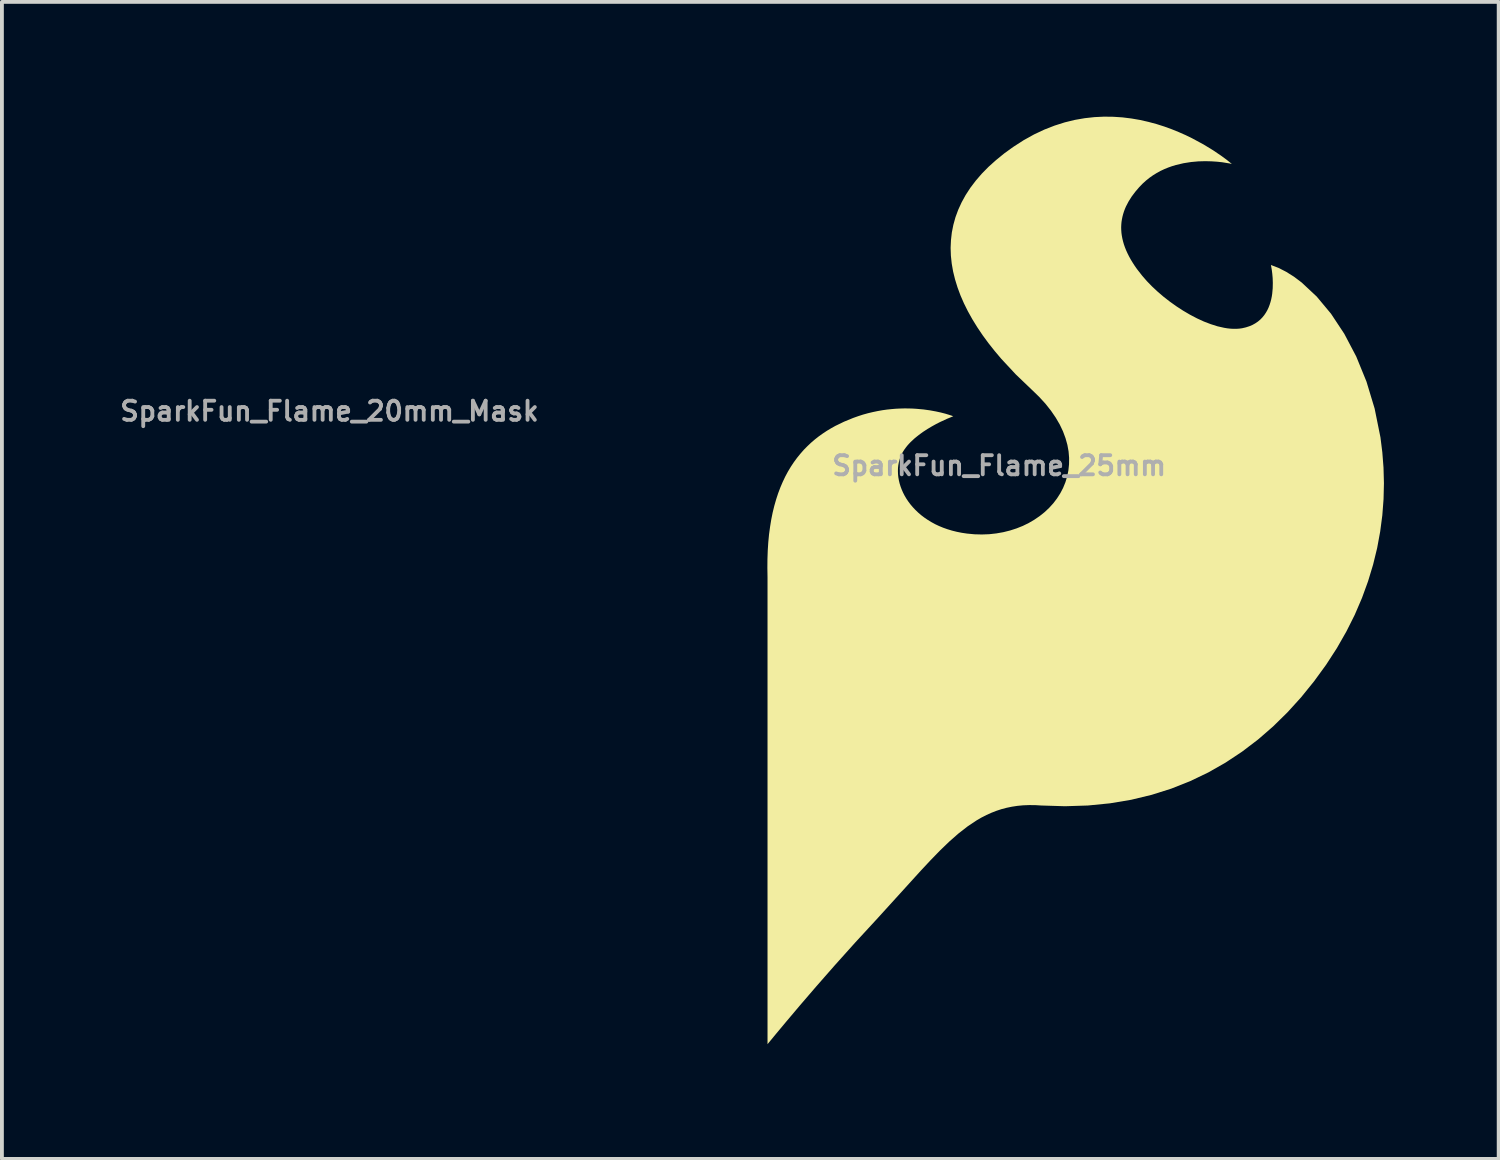
<source format=kicad_pcb>
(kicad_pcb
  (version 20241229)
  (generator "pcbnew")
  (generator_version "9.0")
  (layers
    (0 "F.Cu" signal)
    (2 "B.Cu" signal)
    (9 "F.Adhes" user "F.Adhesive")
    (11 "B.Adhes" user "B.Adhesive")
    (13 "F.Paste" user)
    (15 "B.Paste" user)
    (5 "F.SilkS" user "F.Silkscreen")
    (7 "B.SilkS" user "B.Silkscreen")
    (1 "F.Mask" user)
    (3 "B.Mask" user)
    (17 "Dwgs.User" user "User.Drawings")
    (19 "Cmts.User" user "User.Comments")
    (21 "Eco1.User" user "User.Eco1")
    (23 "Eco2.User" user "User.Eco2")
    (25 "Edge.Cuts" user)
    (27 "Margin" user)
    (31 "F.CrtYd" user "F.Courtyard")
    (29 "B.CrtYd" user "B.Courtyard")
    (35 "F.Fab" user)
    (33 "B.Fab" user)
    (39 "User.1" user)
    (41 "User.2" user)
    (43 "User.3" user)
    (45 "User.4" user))
  (footprint "SparkFun_Flame_25mm"
    (layer "F.Cu")
    (at 25.073 13.125)
    (property "Reference" "SparkFun_Flame_25mm" (at -2 -4 0) (layer "F.Fab") (effects (font (size 0.5 0.5) (thickness 0.1))))
    (attr board_only exclude_from_pos_files exclude_from_bom)
    (fp_poly (pts (xy 0.986 -13.122) (xy 1.225 -13.106) (xy 1.458 -13.077) (xy 1.685 -13.038) (xy 1.904 -12.988) (xy 2.116 -12.931) (xy 2.32 -12.866) (xy 2.515 -12.795) (xy 2.701 -12.719) (xy 2.878 -12.641) (xy 3.044 -12.56) (xy 3.346 -12.397) (xy 3.601 -12.241) (xy 3.806 -12.102) (xy 3.958 -11.99) (xy 4.084 -11.888) (xy 4.016 -11.903) (xy 3.831 -11.933) (xy 3.702 -11.947) (xy 3.553 -11.957) (xy 3.388 -11.961) (xy 3.208 -11.956) (xy 3.019 -11.939) (xy 2.822 -11.908) (xy 2.62 -11.861) (xy 2.519 -11.83) (xy 2.418 -11.794) (xy 2.318 -11.753) (xy 2.218 -11.706) (xy 2.12 -11.652) (xy 2.024 -11.593) (xy 1.929 -11.526) (xy 1.838 -11.453) (xy 1.749 -11.372) (xy 1.663 -11.283) (xy 1.558 -11.16) (xy 1.464 -11.035) (xy 1.384 -10.908) (xy 1.316 -10.778) (xy 1.288 -10.713) (xy 1.263 -10.646) (xy 1.242 -10.579) (xy 1.224 -10.511) (xy 1.21 -10.442) (xy 1.199 -10.373) (xy 1.193 -10.303) (xy 1.19 -10.232) (xy 1.192 -10.16) (xy 1.197 -10.087) (xy 1.207 -10.014) (xy 1.221 -9.939) (xy 1.239 -9.864) (xy 1.261 -9.787) (xy 1.288 -9.71) (xy 1.319 -9.632) (xy 1.355 -9.553) (xy 1.395 -9.473) (xy 1.44 -9.391) (xy 1.49 -9.309) (xy 1.544 -9.225) (xy 1.603 -9.141) (xy 1.737 -8.969) (xy 1.86 -8.827) (xy 1.996 -8.687) (xy 2.143 -8.55) (xy 2.299 -8.416) (xy 2.464 -8.288) (xy 2.635 -8.166) (xy 2.811 -8.052) (xy 2.99 -7.947) (xy 3.171 -7.852) (xy 3.352 -7.769) (xy 3.532 -7.7) (xy 3.708 -7.644) (xy 3.88 -7.605) (xy 3.964 -7.591) (xy 4.045 -7.582) (xy 4.125 -7.578) (xy 4.203 -7.578) (xy 4.279 -7.583) (xy 4.351 -7.593) (xy 4.45 -7.616) (xy 4.54 -7.645) (xy 4.623 -7.68) (xy 4.698 -7.722) (xy 4.767 -7.769) (xy 4.828 -7.82) (xy 4.883 -7.877) (xy 4.931 -7.936) (xy 4.974 -8) (xy 5.012 -8.066) (xy 5.044 -8.134) (xy 5.071 -8.205) (xy 5.094 -8.277) (xy 5.113 -8.349) (xy 5.128 -8.423) (xy 5.139 -8.496) (xy 5.152 -8.639) (xy 5.155 -8.777) (xy 5.151 -8.904) (xy 5.141 -9.017) (xy 5.129 -9.112) (xy 5.117 -9.184) (xy 5.105 -9.247) (xy 5.306 -9.17) (xy 5.507 -9.067) (xy 5.709 -8.94) (xy 5.909 -8.789) (xy 6.302 -8.422) (xy 6.677 -7.972) (xy 7.024 -7.447) (xy 7.336 -6.854) (xy 7.603 -6.2) (xy 7.817 -5.493) (xy 7.969 -4.74) (xy 8.018 -4.348) (xy 8.049 -3.948) (xy 8.06 -3.54) (xy 8.05 -3.125) (xy 8.018 -2.704) (xy 7.962 -2.278) (xy 7.883 -1.848) (xy 7.777 -1.414) (xy 7.645 -0.978) (xy 7.486 -0.541) (xy 7.298 -0.103) (xy 7.079 0.334) (xy 6.83 0.77) (xy 6.549 1.204) (xy 6.23 1.642) (xy 5.893 2.058) (xy 5.536 2.451) (xy 5.161 2.819) (xy 4.767 3.161) (xy 4.353 3.476) (xy 3.92 3.763) (xy 3.467 4.021) (xy 2.994 4.248) (xy 2.5 4.444) (xy 1.987 4.606) (xy 1.452 4.735) (xy 0.897 4.828) (xy 0.32 4.885) (xy -0.278 4.904) (xy -0.897 4.885) (xy -1.061 4.875) (xy -1.219 4.874) (xy -1.373 4.88) (xy -1.521 4.894) (xy -1.665 4.916) (xy -1.806 4.945) (xy -1.942 4.981) (xy -2.075 5.025) (xy -2.205 5.076) (xy -2.333 5.134) (xy -2.459 5.198) (xy -2.582 5.269) (xy -2.825 5.431) (xy -3.064 5.617) (xy -3.303 5.827) (xy -3.544 6.059) (xy -3.79 6.312) (xy -4.045 6.585) (xy -5.197 7.853) (xy -5.763 8.467) (xy -6.295 9.06) (xy -6.78 9.613) (xy -7.205 10.107) (xy -7.558 10.525) (xy -7.826 10.846) (xy -8.056 11.125) (xy -8.056 -1.085) (xy -8.06 -1.327) (xy -8.058 -1.56) (xy -8.05 -1.784) (xy -8.036 -1.999) (xy -8.016 -2.206) (xy -7.989 -2.405) (xy -7.958 -2.595) (xy -7.921 -2.778) (xy -7.878 -2.953) (xy -7.83 -3.12) (xy -7.778 -3.279) (xy -7.72 -3.432) (xy -7.658 -3.577) (xy -7.592 -3.716) (xy -7.521 -3.848) (xy -7.446 -3.973) (xy -7.367 -4.092) (xy -7.284 -4.205) (xy -7.197 -4.312) (xy -7.108 -4.414) (xy -7.014 -4.509) (xy -6.918 -4.6) (xy -6.819 -4.685) (xy -6.717 -4.765) (xy -6.612 -4.84) (xy -6.505 -4.911) (xy -6.395 -4.977) (xy -6.284 -5.039) (xy -6.055 -5.15) (xy -5.819 -5.247) (xy -5.687 -5.294) (xy -5.557 -5.336) (xy -5.427 -5.372) (xy -5.3 -5.402) (xy -5.175 -5.428) (xy -5.052 -5.45) (xy -4.931 -5.467) (xy -4.813 -5.479) (xy -4.697 -5.489) (xy -4.584 -5.494) (xy -4.475 -5.497) (xy -4.368 -5.496) (xy -4.265 -5.493) (xy -4.166 -5.487) (xy -3.978 -5.47) (xy -3.808 -5.446) (xy -3.655 -5.418) (xy -3.522 -5.389) (xy -3.41 -5.36) (xy -3.32 -5.333) (xy -3.254 -5.312) (xy -3.2 -5.292) (xy -3.368 -5.223) (xy -3.547 -5.14) (xy -3.651 -5.087) (xy -3.761 -5.026) (xy -3.875 -4.958) (xy -3.989 -4.884) (xy -4.102 -4.802) (xy -4.211 -4.714) (xy -4.313 -4.619) (xy -4.36 -4.57) (xy -4.405 -4.519) (xy -4.446 -4.466) (xy -4.485 -4.412) (xy -4.519 -4.357) (xy -4.55 -4.3) (xy -4.58 -4.231) (xy -4.604 -4.16) (xy -4.623 -4.087) (xy -4.637 -4.011) (xy -4.645 -3.935) (xy -4.647 -3.857) (xy -4.644 -3.778) (xy -4.636 -3.698) (xy -4.622 -3.617) (xy -4.603 -3.537) (xy -4.578 -3.456) (xy -4.548 -3.376) (xy -4.513 -3.296) (xy -4.472 -3.216) (xy -4.426 -3.138) (xy -4.375 -3.062) (xy -4.318 -2.986) (xy -4.256 -2.913) (xy -4.189 -2.842) (xy -4.117 -2.773) (xy -4.039 -2.706) (xy -3.956 -2.643) (xy -3.868 -2.583) (xy -3.775 -2.526) (xy -3.677 -2.472) (xy -3.573 -2.423) (xy -3.464 -2.378) (xy -3.351 -2.338) (xy -3.232 -2.302) (xy -3.108 -2.271) (xy -2.978 -2.245) (xy -2.844 -2.225) (xy -2.646 -2.206) (xy -2.451 -2.201) (xy -2.26 -2.208) (xy -2.073 -2.229) (xy -1.891 -2.261) (xy -1.715 -2.305) (xy -1.545 -2.36) (xy -1.382 -2.425) (xy -1.227 -2.501) (xy -1.08 -2.587) (xy -0.941 -2.682) (xy -0.812 -2.785) (xy -0.693 -2.897) (xy -0.584 -3.017) (xy -0.487 -3.144) (xy -0.401 -3.279) (xy -0.328 -3.419) (xy -0.268 -3.566) (xy -0.222 -3.718) (xy -0.19 -3.875) (xy -0.173 -4.036) (xy -0.171 -4.202) (xy -0.185 -4.372) (xy -0.216 -4.544) (xy -0.265 -4.719) (xy -0.331 -4.897) (xy -0.416 -5.076) (xy -0.521 -5.256) (xy -0.645 -5.437) (xy -0.789 -5.619) (xy -0.955 -5.8) (xy -1.142 -5.981) (xy -1.562 -6.383) (xy -1.942 -6.791) (xy -2.116 -6.997) (xy -2.28 -7.204) (xy -2.432 -7.411) (xy -2.572 -7.619) (xy -2.701 -7.828) (xy -2.817 -8.036) (xy -2.921 -8.245) (xy -3.012 -8.454) (xy -3.089 -8.662) (xy -3.153 -8.87) (xy -3.204 -9.077) (xy -3.24 -9.284) (xy -3.262 -9.489) (xy -3.269 -9.694) (xy -3.26 -9.896) (xy -3.237 -10.098) (xy -3.197 -10.298) (xy -3.142 -10.496) (xy -3.07 -10.691) (xy -2.981 -10.885) (xy -2.876 -11.076) (xy -2.753 -11.265) (xy -2.612 -11.451) (xy -2.454 -11.634) (xy -2.277 -11.814) (xy -2.081 -11.99) (xy -1.867 -12.164) (xy -1.633 -12.333) (xy -1.36 -12.509) (xy -1.088 -12.66) (xy -0.818 -12.787) (xy -0.549 -12.892) (xy -0.284 -12.976) (xy -0.022 -13.04) (xy 0.237 -13.085) (xy 0.491 -13.113) (xy 0.741 -13.125)) (stroke (width -0.000001) (type solid)) (fill yes) (layer "F.SilkS")))
  (footprint "SparkFun_Flame_20mm_Mask"
    (layer "F.Cu")
    (at 7.564 9.7)
    (property "Reference" "SparkFun_Flame_20mm_Mask" (at -2 -2 0) (layer "F.Fab") (effects (font (size 0.5 0.5) (thickness 0.1))))
    (attr board_only exclude_from_pos_files exclude_from_bom)
    (fp_poly (pts (xy 0.789 -9.698) (xy 0.98 -9.685) (xy 1.166 -9.662) (xy 1.348 -9.63) (xy 1.523 -9.591) (xy 1.693 -9.544) (xy 1.856 -9.493) (xy 2.012 -9.436) (xy 2.161 -9.376) (xy 2.302 -9.313) (xy 2.435 -9.248) (xy 2.676 -9.118) (xy 2.881 -8.993) (xy 3.045 -8.881) (xy 3.166 -8.792) (xy 3.267 -8.711) (xy 3.213 -8.722) (xy 3.065 -8.746) (xy 2.962 -8.757) (xy 2.843 -8.766) (xy 2.71 -8.769) (xy 2.567 -8.765) (xy 2.415 -8.751) (xy 2.257 -8.727) (xy 2.096 -8.689) (xy 2.015 -8.664) (xy 1.935 -8.635) (xy 1.854 -8.602) (xy 1.775 -8.564) (xy 1.696 -8.522) (xy 1.619 -8.474) (xy 1.543 -8.421) (xy 1.47 -8.362) (xy 1.399 -8.297) (xy 1.331 -8.227) (xy 1.246 -8.128) (xy 1.171 -8.028) (xy 1.107 -7.926) (xy 1.053 -7.823) (xy 1.03 -7.77) (xy 1.01 -7.717) (xy 0.993 -7.663) (xy 0.979 -7.609) (xy 0.968 -7.554) (xy 0.96 -7.498) (xy 0.954 -7.442) (xy 0.952 -7.385) (xy 0.954 -7.328) (xy 0.958 -7.27) (xy 0.966 -7.211) (xy 0.977 -7.151) (xy 0.991 -7.091) (xy 1.009 -7.03) (xy 1.03 -6.968) (xy 1.055 -6.906) (xy 1.084 -6.842) (xy 1.116 -6.778) (xy 1.152 -6.713) (xy 1.192 -6.647) (xy 1.235 -6.58) (xy 1.283 -6.513) (xy 1.389 -6.375) (xy 1.488 -6.262) (xy 1.597 -6.15) (xy 1.714 -6.04) (xy 1.839 -5.933) (xy 1.971 -5.83) (xy 2.108 -5.733) (xy 2.249 -5.641) (xy 2.392 -5.557) (xy 2.537 -5.482) (xy 2.682 -5.416) (xy 2.825 -5.36) (xy 2.966 -5.316) (xy 3.104 -5.284) (xy 3.171 -5.273) (xy 3.236 -5.266) (xy 3.3 -5.262) (xy 3.363 -5.262) (xy 3.423 -5.266) (xy 3.481 -5.274) (xy 3.56 -5.292) (xy 3.632 -5.316) (xy 3.699 -5.344) (xy 3.759 -5.378) (xy 3.813 -5.415) (xy 3.862 -5.456) (xy 3.906 -5.501) (xy 3.945 -5.549) (xy 3.979 -5.6) (xy 4.009 -5.653) (xy 4.035 -5.708) (xy 4.057 -5.764) (xy 4.075 -5.821) (xy 4.09 -5.88) (xy 4.102 -5.938) (xy 4.111 -5.996) (xy 4.122 -6.111) (xy 4.124 -6.221) (xy 4.121 -6.323) (xy 4.113 -6.414) (xy 4.103 -6.489) (xy 4.094 -6.547) (xy 4.084 -6.598) (xy 4.245 -6.536) (xy 4.406 -6.454) (xy 4.567 -6.352) (xy 4.728 -6.232) (xy 5.042 -5.938) (xy 5.341 -5.578) (xy 5.619 -5.158) (xy 5.869 -4.683) (xy 6.083 -4.16) (xy 6.254 -3.594) (xy 6.375 -2.992) (xy 6.415 -2.679) (xy 6.439 -2.358) (xy 6.448 -2.032) (xy 6.44 -1.7) (xy 6.414 -1.363) (xy 6.37 -1.022) (xy 6.306 -0.678) (xy 6.222 -0.331) (xy 6.116 0.017) (xy 5.989 0.367) (xy 5.838 0.717) (xy 5.664 1.067) (xy 5.464 1.416) (xy 5.239 1.763) (xy 4.984 2.114) (xy 4.714 2.446) (xy 4.429 2.761) (xy 4.129 3.055) (xy 3.813 3.329) (xy 3.483 3.581) (xy 3.136 3.81) (xy 2.774 4.017) (xy 2.395 4.198) (xy 2 4.355) (xy 1.589 4.485) (xy 1.162 4.588) (xy 0.717 4.662) (xy 0.256 4.708) (xy -0.222 4.724) (xy -0.718 4.708) (xy -0.849 4.7) (xy -0.976 4.699) (xy -1.098 4.704) (xy -1.217 4.715) (xy -1.332 4.732) (xy -1.444 4.756) (xy -1.554 4.785) (xy -1.66 4.82) (xy -1.764 4.861) (xy -1.867 4.907) (xy -1.967 4.959) (xy -2.066 5.015) (xy -2.26 5.145) (xy -2.451 5.294) (xy -2.642 5.461) (xy -2.835 5.647) (xy -3.032 5.849) (xy -3.236 6.068) (xy -4.158 7.083) (xy -4.611 7.574) (xy -5.036 8.048) (xy -5.424 8.49) (xy -5.764 8.886) (xy -6.047 9.22) (xy -6.261 9.476) (xy -6.445 9.7) (xy -6.445 -0.068) (xy -6.448 -0.261) (xy -6.447 -0.448) (xy -6.44 -0.627) (xy -6.429 -0.799) (xy -6.412 -0.965) (xy -6.392 -1.124) (xy -6.366 -1.276) (xy -6.336 -1.422) (xy -6.302 -1.562) (xy -6.264 -1.696) (xy -6.222 -1.824) (xy -6.176 -1.946) (xy -6.126 -2.062) (xy -6.073 -2.173) (xy -6.017 -2.278) (xy -5.957 -2.379) (xy -5.893 -2.474) (xy -5.827 -2.564) (xy -5.758 -2.65) (xy -5.686 -2.731) (xy -5.612 -2.807) (xy -5.534 -2.88) (xy -5.455 -2.948) (xy -5.373 -3.012) (xy -5.29 -3.072) (xy -5.204 -3.129) (xy -5.116 -3.182) (xy -5.027 -3.231) (xy -4.844 -3.32) (xy -4.656 -3.398) (xy -4.55 -3.435) (xy -4.445 -3.469) (xy -4.342 -3.497) (xy -4.24 -3.522) (xy -4.14 -3.543) (xy -4.041 -3.56) (xy -3.945 -3.573) (xy -3.85 -3.584) (xy -3.758 -3.591) (xy -3.667 -3.595) (xy -3.58 -3.597) (xy -3.494 -3.597) (xy -3.412 -3.594) (xy -3.333 -3.59) (xy -3.183 -3.576) (xy -3.046 -3.557) (xy -2.924 -3.535) (xy -2.818 -3.511) (xy -2.728 -3.488) (xy -2.656 -3.467) (xy -2.603 -3.449) (xy -2.56 -3.433) (xy -2.694 -3.379) (xy -2.838 -3.312) (xy -2.921 -3.269) (xy -3.009 -3.221) (xy -3.1 -3.167) (xy -3.191 -3.107) (xy -3.282 -3.042) (xy -3.369 -2.971) (xy -3.45 -2.896) (xy -3.488 -2.856) (xy -3.524 -2.815) (xy -3.557 -2.773) (xy -3.588 -2.73) (xy -3.616 -2.685) (xy -3.64 -2.64) (xy -3.664 -2.585) (xy -3.683 -2.528) (xy -3.699 -2.469) (xy -3.709 -2.409) (xy -3.716 -2.348) (xy -3.718 -2.285) (xy -3.715 -2.222) (xy -3.708 -2.158) (xy -3.697 -2.094) (xy -3.682 -2.029) (xy -3.662 -1.965) (xy -3.638 -1.9) (xy -3.61 -1.836) (xy -3.578 -1.773) (xy -3.541 -1.711) (xy -3.5 -1.649) (xy -3.455 -1.589) (xy -3.405 -1.53) (xy -3.351 -1.473) (xy -3.293 -1.418) (xy -3.231 -1.365) (xy -3.165 -1.314) (xy -3.095 -1.266) (xy -3.02 -1.221) (xy -2.941 -1.178) (xy -2.859 -1.139) (xy -2.772 -1.103) (xy -2.68 -1.07) (xy -2.585 -1.041) (xy -2.486 -1.017) (xy -2.383 -0.996) (xy -2.275 -0.98) (xy -2.117 -0.965) (xy -1.961 -0.961) (xy -1.808 -0.967) (xy -1.658 -0.983) (xy -1.513 -1.009) (xy -1.372 -1.044) (xy -1.236 -1.088) (xy -1.106 -1.14) (xy -0.982 -1.201) (xy -0.864 -1.269) (xy -0.753 -1.345) (xy -0.65 -1.428) (xy -0.554 -1.518) (xy -0.467 -1.614) (xy -0.39 -1.716) (xy -0.321 -1.823) (xy -0.263 -1.935) (xy -0.215 -2.053) (xy -0.177 -2.174) (xy -0.152 -2.3) (xy -0.138 -2.429) (xy -0.137 -2.562) (xy -0.148 -2.697) (xy -0.173 -2.835) (xy -0.212 -2.975) (xy -0.265 -3.117) (xy -0.333 -3.261) (xy -0.417 -3.405) (xy -0.516 -3.55) (xy -0.631 -3.695) (xy -0.764 -3.84) (xy -0.914 -3.985) (xy -1.25 -4.307) (xy -1.554 -4.633) (xy -1.693 -4.798) (xy -1.824 -4.963) (xy -1.945 -5.129) (xy -2.058 -5.295) (xy -2.161 -5.462) (xy -2.254 -5.629) (xy -2.337 -5.796) (xy -2.409 -5.963) (xy -2.471 -6.13) (xy -2.523 -6.296) (xy -2.563 -6.462) (xy -2.592 -6.627) (xy -2.609 -6.791) (xy -2.615 -6.955) (xy -2.608 -7.117) (xy -2.589 -7.278) (xy -2.558 -7.438) (xy -2.513 -7.596) (xy -2.456 -7.753) (xy -2.385 -7.908) (xy -2.301 -8.061) (xy -2.202 -8.212) (xy -2.09 -8.361) (xy -1.963 -8.507) (xy -1.821 -8.651) (xy -1.665 -8.792) (xy -1.493 -8.931) (xy -1.306 -9.067) (xy -1.088 -9.207) (xy -0.87 -9.328) (xy -0.654 -9.43) (xy -0.44 -9.514) (xy -0.227 -9.581) (xy -0.017 -9.632) (xy 0.189 -9.668) (xy 0.393 -9.69) (xy 0.593 -9.7)) (stroke (width -0.000001) (type solid)) (fill yes) (layer "F.Mask")))
  (gr_rect
    (start -3 -3)
    (end 36.133 27.25)
    (stroke (width 0.1) (type default))
    (fill no)
    (layer "Edge.Cuts")))
</source>
